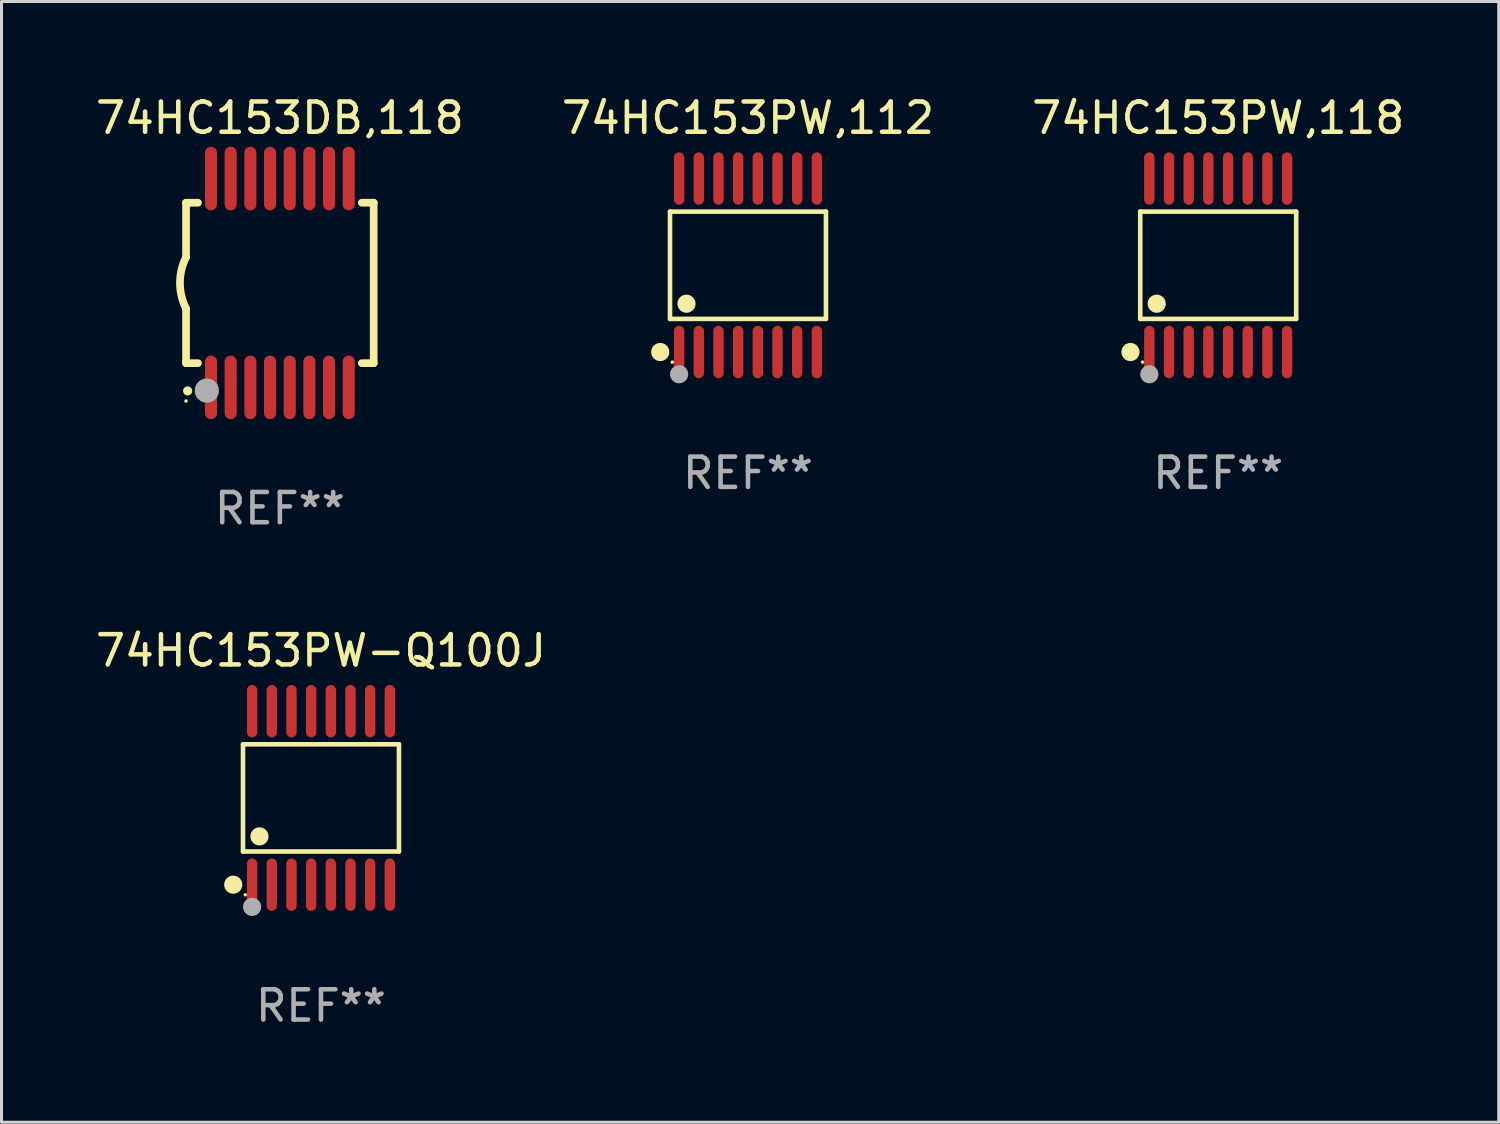
<source format=kicad_pcb>
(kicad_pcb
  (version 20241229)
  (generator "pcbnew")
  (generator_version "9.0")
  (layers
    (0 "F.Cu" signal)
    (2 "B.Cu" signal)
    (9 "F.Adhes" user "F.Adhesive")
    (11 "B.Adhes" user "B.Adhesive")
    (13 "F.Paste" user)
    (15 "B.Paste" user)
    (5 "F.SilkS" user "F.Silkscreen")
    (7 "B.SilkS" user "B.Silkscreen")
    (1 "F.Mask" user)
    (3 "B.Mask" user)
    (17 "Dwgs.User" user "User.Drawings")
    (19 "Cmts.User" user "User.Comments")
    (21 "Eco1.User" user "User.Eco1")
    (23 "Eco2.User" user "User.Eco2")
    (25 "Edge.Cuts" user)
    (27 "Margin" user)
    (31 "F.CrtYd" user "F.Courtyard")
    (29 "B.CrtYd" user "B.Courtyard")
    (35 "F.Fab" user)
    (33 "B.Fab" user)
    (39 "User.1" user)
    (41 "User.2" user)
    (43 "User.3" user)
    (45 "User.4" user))
  (footprint "74HC153DB,118"
    (layer "F.Cu")
    (at 6.196 6.298)
    (property "Reference" "74HC153DB,118" (at 0 -5.45 0) (layer "F.SilkS") (effects (font (size 1 1) (thickness 0.15))))
    (attr through_hole)
    (fp_line (start -3.1 -2.65) (end -3.1 -0.85) (stroke (width 0.254) (type solid)) (layer "F.SilkS"))
    (fp_line (start -3.1 -2.65) (end -2.706 -2.65) (stroke (width 0.254) (type solid)) (layer "F.SilkS"))
    (fp_line (start -3.1 2.65) (end -3.1 0.85) (stroke (width 0.254) (type solid)) (layer "F.SilkS"))
    (fp_line (start -3.1 2.65) (end -2.706 2.65) (stroke (width 0.254) (type solid)) (layer "F.SilkS"))
    (fp_line (start 2.706 -2.65) (end 3.1 -2.65) (stroke (width 0.254) (type solid)) (layer "F.SilkS"))
    (fp_line (start 2.706 2.65) (end 3.1 2.65) (stroke (width 0.254) (type solid)) (layer "F.SilkS"))
    (fp_line (start 3.1 -2.65) (end 3.1 2.65) (stroke (width 0.254) (type solid)) (layer "F.SilkS"))
    (fp_arc (start -3.098907 0.850902) (mid -3.300057 0.000523) (end -3.1 -0.850114) (stroke (width 0.254001) (type solid)) (layer "F.SilkS"))
    (fp_arc (start -3.048006 3.566066) (mid -3.046736 3.566061) (end -3.045466 3.566066) (stroke (width 0.3) (type solid)) (layer "F.SilkS"))
    (fp_circle (center -3.1 3.9) (end -3.07 3.9) (stroke (width 0.06) (type solid)) (fill no) (layer "F.SilkS"))
    (fp_circle (center -2.413 3.556) (end -2.213 3.556) (stroke (width 0.4) (type solid)) (fill no) (layer "F.Fab"))
    (fp_text user "REF**" (at 0 7.45 0) (layer "F.Fab") (effects (font (size 1 1) (thickness 0.15))))
    (pad "1" smd oval (at -2.275 3.45 180) (size 0.4 2.1) (layers "F.Cu" "F.Mask" "F.Paste"))
    (pad "2" smd oval (at -1.625 3.45 180) (size 0.4 2.1) (layers "F.Cu" "F.Mask" "F.Paste"))
    (pad "3" smd oval (at -0.975 3.45 180) (size 0.4 2.1) (layers "F.Cu" "F.Mask" "F.Paste"))
    (pad "4" smd oval (at -0.325 3.45 180) (size 0.4 2.1) (layers "F.Cu" "F.Mask" "F.Paste"))
    (pad "5" smd oval (at 0.325 3.45 180) (size 0.4 2.1) (layers "F.Cu" "F.Mask" "F.Paste"))
    (pad "6" smd oval (at 0.975 3.45 180) (size 0.4 2.1) (layers "F.Cu" "F.Mask" "F.Paste"))
    (pad "7" smd oval (at 1.625 3.45 180) (size 0.4 2.1) (layers "F.Cu" "F.Mask" "F.Paste"))
    (pad "8" smd oval (at 2.275 3.45 180) (size 0.4 2.1) (layers "F.Cu" "F.Mask" "F.Paste"))
    (pad "9" smd oval (at 2.275 -3.45 180) (size 0.4 2.1) (layers "F.Cu" "F.Mask" "F.Paste"))
    (pad "10" smd oval (at 1.625 -3.45 180) (size 0.4 2.1) (layers "F.Cu" "F.Mask" "F.Paste"))
    (pad "11" smd oval (at 0.975 -3.45 180) (size 0.4 2.1) (layers "F.Cu" "F.Mask" "F.Paste"))
    (pad "12" smd oval (at 0.325 -3.45 180) (size 0.4 2.1) (layers "F.Cu" "F.Mask" "F.Paste"))
    (pad "13" smd oval (at -0.325 -3.45 180) (size 0.4 2.1) (layers "F.Cu" "F.Mask" "F.Paste"))
    (pad "14" smd oval (at -0.975 -3.45 180) (size 0.4 2.1) (layers "F.Cu" "F.Mask" "F.Paste"))
    (pad "15" smd oval (at -1.625 -3.45 180) (size 0.4 2.1) (layers "F.Cu" "F.Mask" "F.Paste"))
    (pad "16" smd oval (at -2.275 -3.45 180) (size 0.4 2.1) (layers "F.Cu" "F.Mask" "F.Paste")))
  (footprint "74HC153PW,112"
    (layer "F.Cu")
    (at 21.661 5.714)
    (property "Reference" "74HC153PW,112" (at 0 -4.866 0) (layer "F.SilkS") (effects (font (size 1 1) (thickness 0.15))))
    (attr through_hole)
    (fp_line (start -2.576 -1.772) (end 2.576 -1.772) (stroke (width 0.152) (type solid)) (layer "F.SilkS"))
    (fp_line (start -2.576 1.771) (end -2.576 -1.772) (stroke (width 0.152) (type solid)) (layer "F.SilkS"))
    (fp_line (start 2.576 -1.772) (end 2.576 1.771) (stroke (width 0.152) (type solid)) (layer "F.SilkS"))
    (fp_line (start 2.576 1.771) (end -2.576 1.771) (stroke (width 0.152) (type solid)) (layer "F.SilkS"))
    (fp_circle (center -2.899 2.866) (end -2.749 2.866) (stroke (width 0.3) (type solid)) (fill no) (layer "F.SilkS"))
    (fp_circle (center -2.5 3.2) (end -2.47 3.2) (stroke (width 0.06) (type solid)) (fill no) (layer "F.SilkS"))
    (fp_circle (center -2.032 1.27) (end -1.882 1.27) (stroke (width 0.3) (type solid)) (fill no) (layer "F.SilkS"))
    (fp_circle (center -2.275 3.6) (end -2.125 3.6) (stroke (width 0.3) (type solid)) (fill no) (layer "F.Fab"))
    (fp_text user "REF**" (at 0 6.866 0) (layer "F.Fab") (effects (font (size 1 1) (thickness 0.15))))
    (pad "1" smd oval (at -2.275 2.866) (size 0.343 1.731) (layers "F.Cu" "F.Mask" "F.Paste"))
    (pad "2" smd oval (at -1.625 2.866) (size 0.343 1.731) (layers "F.Cu" "F.Mask" "F.Paste"))
    (pad "3" smd oval (at -0.975 2.866) (size 0.343 1.731) (layers "F.Cu" "F.Mask" "F.Paste"))
    (pad "4" smd oval (at -0.325 2.866) (size 0.343 1.731) (layers "F.Cu" "F.Mask" "F.Paste"))
    (pad "5" smd oval (at 0.325 2.866) (size 0.343 1.731) (layers "F.Cu" "F.Mask" "F.Paste"))
    (pad "6" smd oval (at 0.975 2.866) (size 0.343 1.731) (layers "F.Cu" "F.Mask" "F.Paste"))
    (pad "7" smd oval (at 1.625 2.866) (size 0.343 1.731) (layers "F.Cu" "F.Mask" "F.Paste"))
    (pad "8" smd oval (at 2.275 2.866) (size 0.343 1.731) (layers "F.Cu" "F.Mask" "F.Paste"))
    (pad "9" smd oval (at 2.275 -2.866) (size 0.343 1.731) (layers "F.Cu" "F.Mask" "F.Paste"))
    (pad "10" smd oval (at 1.625 -2.866) (size 0.343 1.731) (layers "F.Cu" "F.Mask" "F.Paste"))
    (pad "11" smd oval (at 0.975 -2.866) (size 0.343 1.731) (layers "F.Cu" "F.Mask" "F.Paste"))
    (pad "12" smd oval (at 0.325 -2.866) (size 0.343 1.731) (layers "F.Cu" "F.Mask" "F.Paste"))
    (pad "13" smd oval (at -0.325 -2.866) (size 0.343 1.731) (layers "F.Cu" "F.Mask" "F.Paste"))
    (pad "14" smd oval (at -0.975 -2.866) (size 0.343 1.731) (layers "F.Cu" "F.Mask" "F.Paste"))
    (pad "15" smd oval (at -1.625 -2.866) (size 0.343 1.731) (layers "F.Cu" "F.Mask" "F.Paste"))
    (pad "16" smd oval (at -2.275 -2.866) (size 0.343 1.731) (layers "F.Cu" "F.Mask" "F.Paste")))
  (footprint "74HC153PW-Q100J"
    (layer "F.Cu")
    (at 7.554 23.311)
    (property "Reference" "74HC153PW-Q100J" (at 0 -4.866 0) (layer "F.SilkS") (effects (font (size 1 1) (thickness 0.15))))
    (attr through_hole)
    (fp_line (start -2.576 -1.772) (end 2.576 -1.772) (stroke (width 0.152) (type solid)) (layer "F.SilkS"))
    (fp_line (start -2.576 1.771) (end -2.576 -1.772) (stroke (width 0.152) (type solid)) (layer "F.SilkS"))
    (fp_line (start 2.576 -1.772) (end 2.576 1.771) (stroke (width 0.152) (type solid)) (layer "F.SilkS"))
    (fp_line (start 2.576 1.771) (end -2.576 1.771) (stroke (width 0.152) (type solid)) (layer "F.SilkS"))
    (fp_circle (center -2.899 2.866) (end -2.749 2.866) (stroke (width 0.3) (type solid)) (fill no) (layer "F.SilkS"))
    (fp_circle (center -2.5 3.2) (end -2.47 3.2) (stroke (width 0.06) (type solid)) (fill no) (layer "F.SilkS"))
    (fp_circle (center -2.032 1.27) (end -1.882 1.27) (stroke (width 0.3) (type solid)) (fill no) (layer "F.SilkS"))
    (fp_circle (center -2.275 3.6) (end -2.125 3.6) (stroke (width 0.3) (type solid)) (fill no) (layer "F.Fab"))
    (fp_text user "REF**" (at 0 6.866 0) (layer "F.Fab") (effects (font (size 1 1) (thickness 0.15))))
    (pad "1" smd oval (at -2.275 2.866) (size 0.343 1.731) (layers "F.Cu" "F.Mask" "F.Paste"))
    (pad "2" smd oval (at -1.625 2.866) (size 0.343 1.731) (layers "F.Cu" "F.Mask" "F.Paste"))
    (pad "3" smd oval (at -0.975 2.866) (size 0.343 1.731) (layers "F.Cu" "F.Mask" "F.Paste"))
    (pad "4" smd oval (at -0.325 2.866) (size 0.343 1.731) (layers "F.Cu" "F.Mask" "F.Paste"))
    (pad "5" smd oval (at 0.325 2.866) (size 0.343 1.731) (layers "F.Cu" "F.Mask" "F.Paste"))
    (pad "6" smd oval (at 0.975 2.866) (size 0.343 1.731) (layers "F.Cu" "F.Mask" "F.Paste"))
    (pad "7" smd oval (at 1.625 2.866) (size 0.343 1.731) (layers "F.Cu" "F.Mask" "F.Paste"))
    (pad "8" smd oval (at 2.275 2.866) (size 0.343 1.731) (layers "F.Cu" "F.Mask" "F.Paste"))
    (pad "9" smd oval (at 2.275 -2.866) (size 0.343 1.731) (layers "F.Cu" "F.Mask" "F.Paste"))
    (pad "10" smd oval (at 1.625 -2.866) (size 0.343 1.731) (layers "F.Cu" "F.Mask" "F.Paste"))
    (pad "11" smd oval (at 0.975 -2.866) (size 0.343 1.731) (layers "F.Cu" "F.Mask" "F.Paste"))
    (pad "12" smd oval (at 0.325 -2.866) (size 0.343 1.731) (layers "F.Cu" "F.Mask" "F.Paste"))
    (pad "13" smd oval (at -0.325 -2.866) (size 0.343 1.731) (layers "F.Cu" "F.Mask" "F.Paste"))
    (pad "14" smd oval (at -0.975 -2.866) (size 0.343 1.731) (layers "F.Cu" "F.Mask" "F.Paste"))
    (pad "15" smd oval (at -1.625 -2.866) (size 0.343 1.731) (layers "F.Cu" "F.Mask" "F.Paste"))
    (pad "16" smd oval (at -2.275 -2.866) (size 0.343 1.731) (layers "F.Cu" "F.Mask" "F.Paste")))
  (footprint "74HC153PW,118"
    (layer "F.Cu")
    (at 37.196 5.714)
    (property "Reference" "74HC153PW,118" (at 0 -4.866 0) (layer "F.SilkS") (effects (font (size 1 1) (thickness 0.15))))
    (attr through_hole)
    (fp_line (start -2.576 -1.772) (end 2.576 -1.772) (stroke (width 0.152) (type solid)) (layer "F.SilkS"))
    (fp_line (start -2.576 1.771) (end -2.576 -1.772) (stroke (width 0.152) (type solid)) (layer "F.SilkS"))
    (fp_line (start 2.576 -1.772) (end 2.576 1.771) (stroke (width 0.152) (type solid)) (layer "F.SilkS"))
    (fp_line (start 2.576 1.771) (end -2.576 1.771) (stroke (width 0.152) (type solid)) (layer "F.SilkS"))
    (fp_circle (center -2.899 2.866) (end -2.749 2.866) (stroke (width 0.3) (type solid)) (fill no) (layer "F.SilkS"))
    (fp_circle (center -2.5 3.2) (end -2.47 3.2) (stroke (width 0.06) (type solid)) (fill no) (layer "F.SilkS"))
    (fp_circle (center -2.032 1.27) (end -1.882 1.27) (stroke (width 0.3) (type solid)) (fill no) (layer "F.SilkS"))
    (fp_circle (center -2.275 3.6) (end -2.125 3.6) (stroke (width 0.3) (type solid)) (fill no) (layer "F.Fab"))
    (fp_text user "REF**" (at 0 6.866 0) (layer "F.Fab") (effects (font (size 1 1) (thickness 0.15))))
    (pad "1" smd oval (at -2.275 2.866) (size 0.343 1.731) (layers "F.Cu" "F.Mask" "F.Paste"))
    (pad "2" smd oval (at -1.625 2.866) (size 0.343 1.731) (layers "F.Cu" "F.Mask" "F.Paste"))
    (pad "3" smd oval (at -0.975 2.866) (size 0.343 1.731) (layers "F.Cu" "F.Mask" "F.Paste"))
    (pad "4" smd oval (at -0.325 2.866) (size 0.343 1.731) (layers "F.Cu" "F.Mask" "F.Paste"))
    (pad "5" smd oval (at 0.325 2.866) (size 0.343 1.731) (layers "F.Cu" "F.Mask" "F.Paste"))
    (pad "6" smd oval (at 0.975 2.866) (size 0.343 1.731) (layers "F.Cu" "F.Mask" "F.Paste"))
    (pad "7" smd oval (at 1.625 2.866) (size 0.343 1.731) (layers "F.Cu" "F.Mask" "F.Paste"))
    (pad "8" smd oval (at 2.275 2.866) (size 0.343 1.731) (layers "F.Cu" "F.Mask" "F.Paste"))
    (pad "9" smd oval (at 2.275 -2.866) (size 0.343 1.731) (layers "F.Cu" "F.Mask" "F.Paste"))
    (pad "10" smd oval (at 1.625 -2.866) (size 0.343 1.731) (layers "F.Cu" "F.Mask" "F.Paste"))
    (pad "11" smd oval (at 0.975 -2.866) (size 0.343 1.731) (layers "F.Cu" "F.Mask" "F.Paste"))
    (pad "12" smd oval (at 0.325 -2.866) (size 0.343 1.731) (layers "F.Cu" "F.Mask" "F.Paste"))
    (pad "13" smd oval (at -0.325 -2.866) (size 0.343 1.731) (layers "F.Cu" "F.Mask" "F.Paste"))
    (pad "14" smd oval (at -0.975 -2.866) (size 0.343 1.731) (layers "F.Cu" "F.Mask" "F.Paste"))
    (pad "15" smd oval (at -1.625 -2.866) (size 0.343 1.731) (layers "F.Cu" "F.Mask" "F.Paste"))
    (pad "16" smd oval (at -2.275 -2.866) (size 0.343 1.731) (layers "F.Cu" "F.Mask" "F.Paste")))
  (gr_rect
    (start -3 -3)
    (end 46.464 34.025)
    (stroke (width 0.1) (type default))
    (fill no)
    (layer "Edge.Cuts")))
</source>
